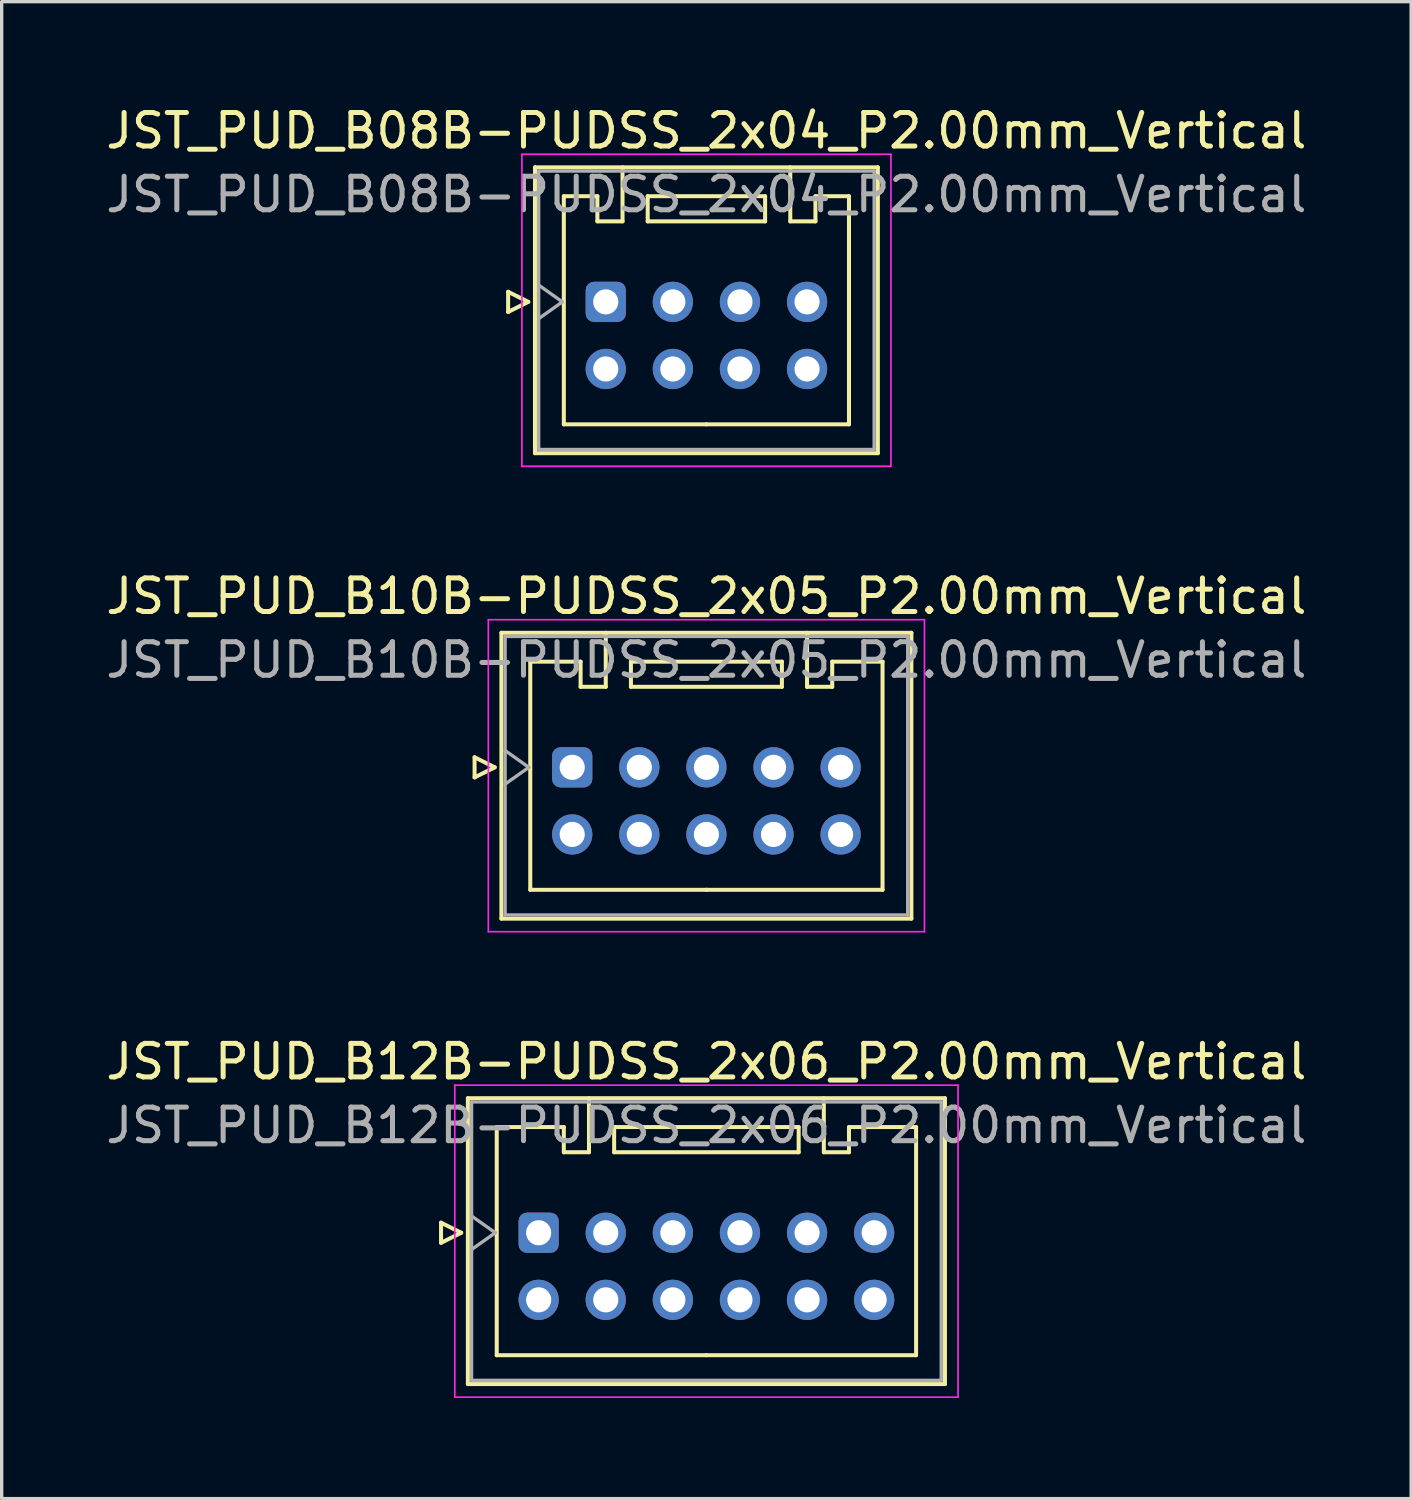
<source format=kicad_pcb>
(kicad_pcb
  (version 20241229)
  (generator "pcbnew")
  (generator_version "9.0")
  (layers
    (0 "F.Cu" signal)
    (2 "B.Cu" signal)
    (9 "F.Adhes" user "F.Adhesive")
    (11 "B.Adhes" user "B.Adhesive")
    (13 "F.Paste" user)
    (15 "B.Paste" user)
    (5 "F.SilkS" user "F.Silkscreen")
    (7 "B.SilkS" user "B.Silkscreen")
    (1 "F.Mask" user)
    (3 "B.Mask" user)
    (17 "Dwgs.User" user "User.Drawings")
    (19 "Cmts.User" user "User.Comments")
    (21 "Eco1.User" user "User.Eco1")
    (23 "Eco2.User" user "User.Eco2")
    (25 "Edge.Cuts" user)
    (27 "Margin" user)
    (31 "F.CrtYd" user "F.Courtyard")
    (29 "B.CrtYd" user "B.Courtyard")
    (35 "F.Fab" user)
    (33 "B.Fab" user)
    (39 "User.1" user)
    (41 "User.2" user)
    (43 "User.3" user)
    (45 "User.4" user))
  (footprint "JST_PUD_B08B-PUDSS_2x04_P2.00mm_Vertical"
    (layer "F.Cu")
    (at 15.006 5.948)
    (property "Reference" "JST_PUD_B08B-PUDSS_2x04_P2.00mm_Vertical" (at 3 -5.1 0) (layer "F.SilkS") (effects (font (size 1 1) (thickness 0.15))))
    (attr through_hole)
    (fp_line (start -2.91 -0.3) (end -2.31 0) (stroke (width 0.12) (type solid)) (layer "F.SilkS"))
    (fp_line (start -2.91 0.3) (end -2.91 -0.3) (stroke (width 0.12) (type solid)) (layer "F.SilkS"))
    (fp_line (start -2.31 0) (end -2.91 0.3) (stroke (width 0.12) (type solid)) (layer "F.SilkS"))
    (fp_line (start -2.11 -4.01) (end -2.11 4.51) (stroke (width 0.12) (type solid)) (layer "F.SilkS"))
    (fp_line (start -2.11 4.51) (end 8.11 4.51) (stroke (width 0.12) (type solid)) (layer "F.SilkS"))
    (fp_line (start -1.25 -3.15) (end -1.25 3.65) (stroke (width 0.12) (type solid)) (layer "F.SilkS"))
    (fp_line (start -1.25 3.65) (end 3 3.65) (stroke (width 0.12) (type solid)) (layer "F.SilkS"))
    (fp_line (start -0.25 -3.15) (end -1.25 -3.15) (stroke (width 0.12) (type solid)) (layer "F.SilkS"))
    (fp_line (start -0.25 -2.4) (end -0.25 -3.15) (stroke (width 0.12) (type solid)) (layer "F.SilkS"))
    (fp_line (start 0.5 -4.01) (end 0.5 -2.4) (stroke (width 0.12) (type solid)) (layer "F.SilkS"))
    (fp_line (start 0.5 -2.4) (end -0.25 -2.4) (stroke (width 0.12) (type solid)) (layer "F.SilkS"))
    (fp_line (start 1.25 -3.15) (end 1.25 -2.4) (stroke (width 0.12) (type solid)) (layer "F.SilkS"))
    (fp_line (start 1.25 -2.4) (end 4.75 -2.4) (stroke (width 0.12) (type solid)) (layer "F.SilkS"))
    (fp_line (start 4.75 -3.15) (end 1.25 -3.15) (stroke (width 0.12) (type solid)) (layer "F.SilkS"))
    (fp_line (start 4.75 -2.4) (end 4.75 -3.15) (stroke (width 0.12) (type solid)) (layer "F.SilkS"))
    (fp_line (start 5.5 -4.01) (end 5.5 -2.4) (stroke (width 0.12) (type solid)) (layer "F.SilkS"))
    (fp_line (start 5.5 -2.4) (end 6.25 -2.4) (stroke (width 0.12) (type solid)) (layer "F.SilkS"))
    (fp_line (start 6.25 -3.15) (end 7.25 -3.15) (stroke (width 0.12) (type solid)) (layer "F.SilkS"))
    (fp_line (start 6.25 -2.4) (end 6.25 -3.15) (stroke (width 0.12) (type solid)) (layer "F.SilkS"))
    (fp_line (start 7.25 -3.15) (end 7.25 3.65) (stroke (width 0.12) (type solid)) (layer "F.SilkS"))
    (fp_line (start 7.25 3.65) (end 3 3.65) (stroke (width 0.12) (type solid)) (layer "F.SilkS"))
    (fp_line (start 8.11 -4.01) (end -2.11 -4.01) (stroke (width 0.12) (type solid)) (layer "F.SilkS"))
    (fp_line (start 8.11 4.51) (end 8.11 -4.01) (stroke (width 0.12) (type solid)) (layer "F.SilkS"))
    (fp_line (start -2.5 -4.4) (end -2.5 4.9) (stroke (width 0.05) (type solid)) (layer "F.CrtYd"))
    (fp_line (start -2.5 4.9) (end 8.5 4.9) (stroke (width 0.05) (type solid)) (layer "F.CrtYd"))
    (fp_line (start 8.5 -4.4) (end -2.5 -4.4) (stroke (width 0.05) (type solid)) (layer "F.CrtYd"))
    (fp_line (start 8.5 4.9) (end 8.5 -4.4) (stroke (width 0.05) (type solid)) (layer "F.CrtYd"))
    (fp_line (start -2 -3.9) (end -2 4.4) (stroke (width 0.1) (type solid)) (layer "F.Fab"))
    (fp_line (start -2 0.5) (end -1.293 0) (stroke (width 0.1) (type solid)) (layer "F.Fab"))
    (fp_line (start -2 4.4) (end 8 4.4) (stroke (width 0.1) (type solid)) (layer "F.Fab"))
    (fp_line (start -1.293 0) (end -2 -0.5) (stroke (width 0.1) (type solid)) (layer "F.Fab"))
    (fp_line (start 8 -3.9) (end -2 -3.9) (stroke (width 0.1) (type solid)) (layer "F.Fab"))
    (fp_line (start 8 4.4) (end 8 -3.9) (stroke (width 0.1) (type solid)) (layer "F.Fab"))
    (fp_text user "${REFERENCE}" (at 3 -3.2 0) (layer "F.Fab") (effects (font (size 1 1) (thickness 0.15))))
    (pad "1" thru_hole roundrect (at 0 0) (size 1.2 1.2) (drill 0.75) (layers "*.Cu" "*.Mask") (roundrect_rratio 0.208))
    (pad "2" thru_hole circle (at 0 2) (size 1.2 1.2) (drill 0.75) (layers "*.Cu" "*.Mask"))
    (pad "3" thru_hole circle (at 2 0) (size 1.2 1.2) (drill 0.75) (layers "*.Cu" "*.Mask"))
    (pad "4" thru_hole circle (at 2 2) (size 1.2 1.2) (drill 0.75) (layers "*.Cu" "*.Mask"))
    (pad "5" thru_hole circle (at 4 0) (size 1.2 1.2) (drill 0.75) (layers "*.Cu" "*.Mask"))
    (pad "6" thru_hole circle (at 4 2) (size 1.2 1.2) (drill 0.75) (layers "*.Cu" "*.Mask"))
    (pad "7" thru_hole circle (at 6 0) (size 1.2 1.2) (drill 0.75) (layers "*.Cu" "*.Mask"))
    (pad "8" thru_hole circle (at 6 2) (size 1.2 1.2) (drill 0.75) (layers "*.Cu" "*.Mask")))
  (footprint "JST_PUD_B12B-PUDSS_2x06_P2.00mm_Vertical"
    (layer "F.Cu")
    (at 13.006 33.695)
    (property "Reference" "JST_PUD_B12B-PUDSS_2x06_P2.00mm_Vertical" (at 5 -5.1 0) (layer "F.SilkS") (effects (font (size 1 1) (thickness 0.15))))
    (attr through_hole)
    (fp_line (start -2.91 -0.3) (end -2.31 0) (stroke (width 0.12) (type solid)) (layer "F.SilkS"))
    (fp_line (start -2.91 0.3) (end -2.91 -0.3) (stroke (width 0.12) (type solid)) (layer "F.SilkS"))
    (fp_line (start -2.31 0) (end -2.91 0.3) (stroke (width 0.12) (type solid)) (layer "F.SilkS"))
    (fp_line (start -2.11 -4.01) (end -2.11 4.51) (stroke (width 0.12) (type solid)) (layer "F.SilkS"))
    (fp_line (start -2.11 4.51) (end 12.11 4.51) (stroke (width 0.12) (type solid)) (layer "F.SilkS"))
    (fp_line (start -1.25 -3.15) (end -1.25 3.65) (stroke (width 0.12) (type solid)) (layer "F.SilkS"))
    (fp_line (start -1.25 3.65) (end 5 3.65) (stroke (width 0.12) (type solid)) (layer "F.SilkS"))
    (fp_line (start 0.75 -3.15) (end -1.25 -3.15) (stroke (width 0.12) (type solid)) (layer "F.SilkS"))
    (fp_line (start 0.75 -2.4) (end 0.75 -3.15) (stroke (width 0.12) (type solid)) (layer "F.SilkS"))
    (fp_line (start 1.5 -4.01) (end 1.5 -2.4) (stroke (width 0.12) (type solid)) (layer "F.SilkS"))
    (fp_line (start 1.5 -2.4) (end 0.75 -2.4) (stroke (width 0.12) (type solid)) (layer "F.SilkS"))
    (fp_line (start 2.25 -3.15) (end 2.25 -2.4) (stroke (width 0.12) (type solid)) (layer "F.SilkS"))
    (fp_line (start 2.25 -2.4) (end 7.75 -2.4) (stroke (width 0.12) (type solid)) (layer "F.SilkS"))
    (fp_line (start 7.75 -3.15) (end 2.25 -3.15) (stroke (width 0.12) (type solid)) (layer "F.SilkS"))
    (fp_line (start 7.75 -2.4) (end 7.75 -3.15) (stroke (width 0.12) (type solid)) (layer "F.SilkS"))
    (fp_line (start 8.5 -4.01) (end 8.5 -2.4) (stroke (width 0.12) (type solid)) (layer "F.SilkS"))
    (fp_line (start 8.5 -2.4) (end 9.25 -2.4) (stroke (width 0.12) (type solid)) (layer "F.SilkS"))
    (fp_line (start 9.25 -3.15) (end 11.25 -3.15) (stroke (width 0.12) (type solid)) (layer "F.SilkS"))
    (fp_line (start 9.25 -2.4) (end 9.25 -3.15) (stroke (width 0.12) (type solid)) (layer "F.SilkS"))
    (fp_line (start 11.25 -3.15) (end 11.25 3.65) (stroke (width 0.12) (type solid)) (layer "F.SilkS"))
    (fp_line (start 11.25 3.65) (end 5 3.65) (stroke (width 0.12) (type solid)) (layer "F.SilkS"))
    (fp_line (start 12.11 -4.01) (end -2.11 -4.01) (stroke (width 0.12) (type solid)) (layer "F.SilkS"))
    (fp_line (start 12.11 4.51) (end 12.11 -4.01) (stroke (width 0.12) (type solid)) (layer "F.SilkS"))
    (fp_line (start -2.5 -4.4) (end -2.5 4.9) (stroke (width 0.05) (type solid)) (layer "F.CrtYd"))
    (fp_line (start -2.5 4.9) (end 12.5 4.9) (stroke (width 0.05) (type solid)) (layer "F.CrtYd"))
    (fp_line (start 12.5 -4.4) (end -2.5 -4.4) (stroke (width 0.05) (type solid)) (layer "F.CrtYd"))
    (fp_line (start 12.5 4.9) (end 12.5 -4.4) (stroke (width 0.05) (type solid)) (layer "F.CrtYd"))
    (fp_line (start -2 -3.9) (end -2 4.4) (stroke (width 0.1) (type solid)) (layer "F.Fab"))
    (fp_line (start -2 0.5) (end -1.293 0) (stroke (width 0.1) (type solid)) (layer "F.Fab"))
    (fp_line (start -2 4.4) (end 12 4.4) (stroke (width 0.1) (type solid)) (layer "F.Fab"))
    (fp_line (start -1.293 0) (end -2 -0.5) (stroke (width 0.1) (type solid)) (layer "F.Fab"))
    (fp_line (start 12 -3.9) (end -2 -3.9) (stroke (width 0.1) (type solid)) (layer "F.Fab"))
    (fp_line (start 12 4.4) (end 12 -3.9) (stroke (width 0.1) (type solid)) (layer "F.Fab"))
    (fp_text user "${REFERENCE}" (at 5 -3.2 0) (layer "F.Fab") (effects (font (size 1 1) (thickness 0.15))))
    (pad "1" thru_hole roundrect (at 0 0) (size 1.2 1.2) (drill 0.75) (layers "*.Cu" "*.Mask") (roundrect_rratio 0.208))
    (pad "2" thru_hole circle (at 0 2) (size 1.2 1.2) (drill 0.75) (layers "*.Cu" "*.Mask"))
    (pad "3" thru_hole circle (at 2 0) (size 1.2 1.2) (drill 0.75) (layers "*.Cu" "*.Mask"))
    (pad "4" thru_hole circle (at 2 2) (size 1.2 1.2) (drill 0.75) (layers "*.Cu" "*.Mask"))
    (pad "5" thru_hole circle (at 4 0) (size 1.2 1.2) (drill 0.75) (layers "*.Cu" "*.Mask"))
    (pad "6" thru_hole circle (at 4 2) (size 1.2 1.2) (drill 0.75) (layers "*.Cu" "*.Mask"))
    (pad "7" thru_hole circle (at 6 0) (size 1.2 1.2) (drill 0.75) (layers "*.Cu" "*.Mask"))
    (pad "8" thru_hole circle (at 6 2) (size 1.2 1.2) (drill 0.75) (layers "*.Cu" "*.Mask"))
    (pad "9" thru_hole circle (at 8 0) (size 1.2 1.2) (drill 0.75) (layers "*.Cu" "*.Mask"))
    (pad "10" thru_hole circle (at 8 2) (size 1.2 1.2) (drill 0.75) (layers "*.Cu" "*.Mask"))
    (pad "11" thru_hole circle (at 10 0) (size 1.2 1.2) (drill 0.75) (layers "*.Cu" "*.Mask"))
    (pad "12" thru_hole circle (at 10 2) (size 1.2 1.2) (drill 0.75) (layers "*.Cu" "*.Mask")))
  (footprint "JST_PUD_B10B-PUDSS_2x05_P2.00mm_Vertical"
    (layer "F.Cu")
    (at 14.006 19.822)
    (property "Reference" "JST_PUD_B10B-PUDSS_2x05_P2.00mm_Vertical" (at 4 -5.1 0) (layer "F.SilkS") (effects (font (size 1 1) (thickness 0.15))))
    (attr through_hole)
    (fp_line (start -2.91 -0.3) (end -2.31 0) (stroke (width 0.12) (type solid)) (layer "F.SilkS"))
    (fp_line (start -2.91 0.3) (end -2.91 -0.3) (stroke (width 0.12) (type solid)) (layer "F.SilkS"))
    (fp_line (start -2.31 0) (end -2.91 0.3) (stroke (width 0.12) (type solid)) (layer "F.SilkS"))
    (fp_line (start -2.11 -4.01) (end -2.11 4.51) (stroke (width 0.12) (type solid)) (layer "F.SilkS"))
    (fp_line (start -2.11 4.51) (end 10.11 4.51) (stroke (width 0.12) (type solid)) (layer "F.SilkS"))
    (fp_line (start -1.25 -3.15) (end -1.25 3.65) (stroke (width 0.12) (type solid)) (layer "F.SilkS"))
    (fp_line (start -1.25 3.65) (end 4 3.65) (stroke (width 0.12) (type solid)) (layer "F.SilkS"))
    (fp_line (start 0.25 -3.15) (end -1.25 -3.15) (stroke (width 0.12) (type solid)) (layer "F.SilkS"))
    (fp_line (start 0.25 -2.4) (end 0.25 -3.15) (stroke (width 0.12) (type solid)) (layer "F.SilkS"))
    (fp_line (start 1 -4.01) (end 1 -2.4) (stroke (width 0.12) (type solid)) (layer "F.SilkS"))
    (fp_line (start 1 -2.4) (end 0.25 -2.4) (stroke (width 0.12) (type solid)) (layer "F.SilkS"))
    (fp_line (start 1.75 -3.15) (end 1.75 -2.4) (stroke (width 0.12) (type solid)) (layer "F.SilkS"))
    (fp_line (start 1.75 -2.4) (end 6.25 -2.4) (stroke (width 0.12) (type solid)) (layer "F.SilkS"))
    (fp_line (start 6.25 -3.15) (end 1.75 -3.15) (stroke (width 0.12) (type solid)) (layer "F.SilkS"))
    (fp_line (start 6.25 -2.4) (end 6.25 -3.15) (stroke (width 0.12) (type solid)) (layer "F.SilkS"))
    (fp_line (start 7 -4.01) (end 7 -2.4) (stroke (width 0.12) (type solid)) (layer "F.SilkS"))
    (fp_line (start 7 -2.4) (end 7.75 -2.4) (stroke (width 0.12) (type solid)) (layer "F.SilkS"))
    (fp_line (start 7.75 -3.15) (end 9.25 -3.15) (stroke (width 0.12) (type solid)) (layer "F.SilkS"))
    (fp_line (start 7.75 -2.4) (end 7.75 -3.15) (stroke (width 0.12) (type solid)) (layer "F.SilkS"))
    (fp_line (start 9.25 -3.15) (end 9.25 3.65) (stroke (width 0.12) (type solid)) (layer "F.SilkS"))
    (fp_line (start 9.25 3.65) (end 4 3.65) (stroke (width 0.12) (type solid)) (layer "F.SilkS"))
    (fp_line (start 10.11 -4.01) (end -2.11 -4.01) (stroke (width 0.12) (type solid)) (layer "F.SilkS"))
    (fp_line (start 10.11 4.51) (end 10.11 -4.01) (stroke (width 0.12) (type solid)) (layer "F.SilkS"))
    (fp_line (start -2.5 -4.4) (end -2.5 4.9) (stroke (width 0.05) (type solid)) (layer "F.CrtYd"))
    (fp_line (start -2.5 4.9) (end 10.5 4.9) (stroke (width 0.05) (type solid)) (layer "F.CrtYd"))
    (fp_line (start 10.5 -4.4) (end -2.5 -4.4) (stroke (width 0.05) (type solid)) (layer "F.CrtYd"))
    (fp_line (start 10.5 4.9) (end 10.5 -4.4) (stroke (width 0.05) (type solid)) (layer "F.CrtYd"))
    (fp_line (start -2 -3.9) (end -2 4.4) (stroke (width 0.1) (type solid)) (layer "F.Fab"))
    (fp_line (start -2 0.5) (end -1.293 0) (stroke (width 0.1) (type solid)) (layer "F.Fab"))
    (fp_line (start -2 4.4) (end 10 4.4) (stroke (width 0.1) (type solid)) (layer "F.Fab"))
    (fp_line (start -1.293 0) (end -2 -0.5) (stroke (width 0.1) (type solid)) (layer "F.Fab"))
    (fp_line (start 10 -3.9) (end -2 -3.9) (stroke (width 0.1) (type solid)) (layer "F.Fab"))
    (fp_line (start 10 4.4) (end 10 -3.9) (stroke (width 0.1) (type solid)) (layer "F.Fab"))
    (fp_text user "${REFERENCE}" (at 4 -3.2 0) (layer "F.Fab") (effects (font (size 1 1) (thickness 0.15))))
    (pad "1" thru_hole roundrect (at 0 0) (size 1.2 1.2) (drill 0.75) (layers "*.Cu" "*.Mask") (roundrect_rratio 0.208))
    (pad "2" thru_hole circle (at 0 2) (size 1.2 1.2) (drill 0.75) (layers "*.Cu" "*.Mask"))
    (pad "3" thru_hole circle (at 2 0) (size 1.2 1.2) (drill 0.75) (layers "*.Cu" "*.Mask"))
    (pad "4" thru_hole circle (at 2 2) (size 1.2 1.2) (drill 0.75) (layers "*.Cu" "*.Mask"))
    (pad "5" thru_hole circle (at 4 0) (size 1.2 1.2) (drill 0.75) (layers "*.Cu" "*.Mask"))
    (pad "6" thru_hole circle (at 4 2) (size 1.2 1.2) (drill 0.75) (layers "*.Cu" "*.Mask"))
    (pad "7" thru_hole circle (at 6 0) (size 1.2 1.2) (drill 0.75) (layers "*.Cu" "*.Mask"))
    (pad "8" thru_hole circle (at 6 2) (size 1.2 1.2) (drill 0.75) (layers "*.Cu" "*.Mask"))
    (pad "9" thru_hole circle (at 8 0) (size 1.2 1.2) (drill 0.75) (layers "*.Cu" "*.Mask"))
    (pad "10" thru_hole circle (at 8 2) (size 1.2 1.2) (drill 0.75) (layers "*.Cu" "*.Mask")))
  (gr_rect
    (start -3 -3)
    (end 39.012 41.62)
    (stroke (width 0.1) (type default))
    (fill no)
    (layer "Edge.Cuts")))
</source>
